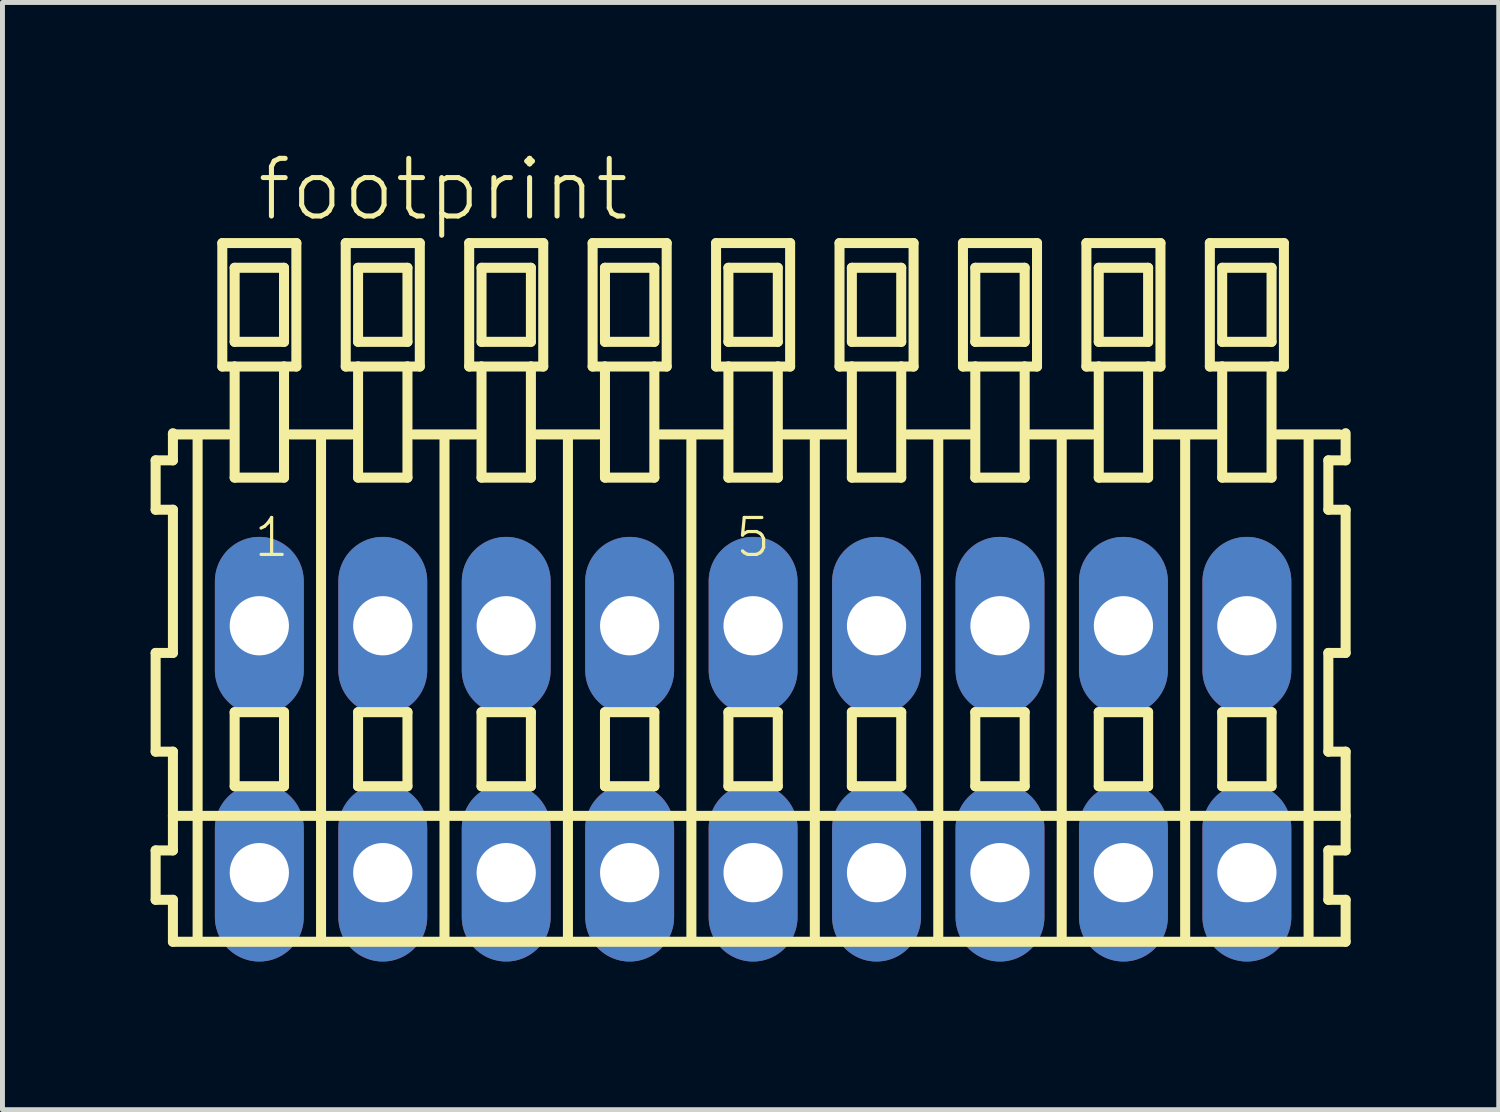
<source format=kicad_pcb>
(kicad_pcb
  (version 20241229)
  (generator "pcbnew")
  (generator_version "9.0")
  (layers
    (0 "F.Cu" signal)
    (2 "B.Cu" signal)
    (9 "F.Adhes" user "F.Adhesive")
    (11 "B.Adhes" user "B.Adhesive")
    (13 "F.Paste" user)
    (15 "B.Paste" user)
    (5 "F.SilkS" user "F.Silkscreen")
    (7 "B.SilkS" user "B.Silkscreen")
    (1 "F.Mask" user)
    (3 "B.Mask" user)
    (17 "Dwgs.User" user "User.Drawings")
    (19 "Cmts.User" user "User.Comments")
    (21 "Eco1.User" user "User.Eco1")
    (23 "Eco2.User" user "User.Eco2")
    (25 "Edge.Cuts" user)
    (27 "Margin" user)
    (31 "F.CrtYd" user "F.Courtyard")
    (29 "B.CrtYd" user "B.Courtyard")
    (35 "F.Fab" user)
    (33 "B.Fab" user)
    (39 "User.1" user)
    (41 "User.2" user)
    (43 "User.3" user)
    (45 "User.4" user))
  (footprint "footprint"
    (layer "F.Cu")
    (at 12.202 12.123)
    (property "Reference" "footprint" (at -10.1 -10.65 0) (layer "F.SilkS") (effects (font (size 1.168 1.168) (thickness 0.102)) (justify left bottom)))
    (fp_line (start -12.1 -5.85) (end -12.1 -4.85) (stroke (width 0.203) (type solid)) (layer "F.SilkS"))
    (fp_line (start -12.1 -4.85) (end -11.75 -4.85) (stroke (width 0.203) (type solid)) (layer "F.SilkS"))
    (fp_line (start -12.1 -1.95) (end -12.1 0.05) (stroke (width 0.203) (type solid)) (layer "F.SilkS"))
    (fp_line (start -12.1 0.05) (end -11.75 0.05) (stroke (width 0.203) (type solid)) (layer "F.SilkS"))
    (fp_line (start -12.1 2.05) (end -12.1 3.05) (stroke (width 0.203) (type solid)) (layer "F.SilkS"))
    (fp_line (start -12.1 3.05) (end -11.75 3.05) (stroke (width 0.203) (type solid)) (layer "F.SilkS"))
    (fp_line (start -11.75 -6.4) (end -11.75 -6.375) (stroke (width 0.203) (type solid)) (layer "F.SilkS"))
    (fp_line (start -11.75 -6.375) (end -11.75 -5.85) (stroke (width 0.203) (type solid)) (layer "F.SilkS"))
    (fp_line (start -11.75 -6.375) (end -10.625 -6.375) (stroke (width 0.203) (type solid)) (layer "F.SilkS"))
    (fp_line (start -11.75 -5.85) (end -12.1 -5.85) (stroke (width 0.203) (type solid)) (layer "F.SilkS"))
    (fp_line (start -11.75 -4.85) (end -11.75 -1.95) (stroke (width 0.203) (type solid)) (layer "F.SilkS"))
    (fp_line (start -11.75 -1.95) (end -12.1 -1.95) (stroke (width 0.203) (type solid)) (layer "F.SilkS"))
    (fp_line (start -11.75 0.05) (end -11.75 1.35) (stroke (width 0.203) (type solid)) (layer "F.SilkS"))
    (fp_line (start -11.75 1.35) (end -11.75 2.05) (stroke (width 0.203) (type solid)) (layer "F.SilkS"))
    (fp_line (start -11.75 1.35) (end 12 1.35) (stroke (width 0.203) (type solid)) (layer "F.SilkS"))
    (fp_line (start -11.75 2.05) (end -12.1 2.05) (stroke (width 0.203) (type solid)) (layer "F.SilkS"))
    (fp_line (start -11.75 3.05) (end -11.75 3.9) (stroke (width 0.203) (type solid)) (layer "F.SilkS"))
    (fp_line (start -11.75 3.9) (end 12 3.9) (stroke (width 0.203) (type solid)) (layer "F.SilkS"))
    (fp_line (start -11.25 -6.35) (end -11.25 3.8) (stroke (width 0.203) (type solid)) (layer "F.SilkS"))
    (fp_line (start -10.75 -10.25) (end -10.75 -7.75) (stroke (width 0.203) (type solid)) (layer "F.SilkS"))
    (fp_line (start -10.75 -7.75) (end -10.5 -7.75) (stroke (width 0.203) (type solid)) (layer "F.SilkS"))
    (fp_line (start -10.5 -9.75) (end -10.5 -8.25) (stroke (width 0.203) (type solid)) (layer "F.SilkS"))
    (fp_line (start -10.5 -8.25) (end -9.5 -8.25) (stroke (width 0.203) (type solid)) (layer "F.SilkS"))
    (fp_line (start -10.5 -7.75) (end -10.5 -5.5) (stroke (width 0.203) (type solid)) (layer "F.SilkS"))
    (fp_line (start -10.5 -7.75) (end -9.5 -7.75) (stroke (width 0.203) (type solid)) (layer "F.SilkS"))
    (fp_line (start -10.5 -5.5) (end -9.5 -5.5) (stroke (width 0.203) (type solid)) (layer "F.SilkS"))
    (fp_line (start -10.5 -0.75) (end -10.5 0.75) (stroke (width 0.203) (type solid)) (layer "F.SilkS"))
    (fp_line (start -10.5 0.75) (end -9.5 0.75) (stroke (width 0.203) (type solid)) (layer "F.SilkS"))
    (fp_line (start -9.5 -9.75) (end -10.5 -9.75) (stroke (width 0.203) (type solid)) (layer "F.SilkS"))
    (fp_line (start -9.5 -8.25) (end -9.5 -9.75) (stroke (width 0.203) (type solid)) (layer "F.SilkS"))
    (fp_line (start -9.5 -7.75) (end -9.25 -7.75) (stroke (width 0.203) (type solid)) (layer "F.SilkS"))
    (fp_line (start -9.5 -5.5) (end -9.5 -7.75) (stroke (width 0.203) (type solid)) (layer "F.SilkS"))
    (fp_line (start -9.5 -0.75) (end -10.5 -0.75) (stroke (width 0.203) (type solid)) (layer "F.SilkS"))
    (fp_line (start -9.5 0.75) (end -9.5 -0.75) (stroke (width 0.203) (type solid)) (layer "F.SilkS"))
    (fp_line (start -9.375 -6.375) (end -8.125 -6.375) (stroke (width 0.203) (type solid)) (layer "F.SilkS"))
    (fp_line (start -9.25 -10.25) (end -10.75 -10.25) (stroke (width 0.203) (type solid)) (layer "F.SilkS"))
    (fp_line (start -9.25 -7.75) (end -9.25 -10.25) (stroke (width 0.203) (type solid)) (layer "F.SilkS"))
    (fp_line (start -8.75 -6.35) (end -8.75 3.8) (stroke (width 0.203) (type solid)) (layer "F.SilkS"))
    (fp_line (start -8.25 -10.25) (end -8.25 -7.75) (stroke (width 0.203) (type solid)) (layer "F.SilkS"))
    (fp_line (start -8.25 -7.75) (end -8 -7.75) (stroke (width 0.203) (type solid)) (layer "F.SilkS"))
    (fp_line (start -8 -9.75) (end -8 -8.25) (stroke (width 0.203) (type solid)) (layer "F.SilkS"))
    (fp_line (start -8 -8.25) (end -7 -8.25) (stroke (width 0.203) (type solid)) (layer "F.SilkS"))
    (fp_line (start -8 -7.75) (end -8 -5.5) (stroke (width 0.203) (type solid)) (layer "F.SilkS"))
    (fp_line (start -8 -7.75) (end -7 -7.75) (stroke (width 0.203) (type solid)) (layer "F.SilkS"))
    (fp_line (start -8 -5.5) (end -7 -5.5) (stroke (width 0.203) (type solid)) (layer "F.SilkS"))
    (fp_line (start -8 -0.75) (end -8 0.75) (stroke (width 0.203) (type solid)) (layer "F.SilkS"))
    (fp_line (start -8 0.75) (end -7 0.75) (stroke (width 0.203) (type solid)) (layer "F.SilkS"))
    (fp_line (start -7 -9.75) (end -8 -9.75) (stroke (width 0.203) (type solid)) (layer "F.SilkS"))
    (fp_line (start -7 -8.25) (end -7 -9.75) (stroke (width 0.203) (type solid)) (layer "F.SilkS"))
    (fp_line (start -7 -7.75) (end -6.75 -7.75) (stroke (width 0.203) (type solid)) (layer "F.SilkS"))
    (fp_line (start -7 -5.5) (end -7 -7.75) (stroke (width 0.203) (type solid)) (layer "F.SilkS"))
    (fp_line (start -7 -0.75) (end -8 -0.75) (stroke (width 0.203) (type solid)) (layer "F.SilkS"))
    (fp_line (start -7 0.75) (end -7 -0.75) (stroke (width 0.203) (type solid)) (layer "F.SilkS"))
    (fp_line (start -6.875 -6.375) (end -5.625 -6.375) (stroke (width 0.203) (type solid)) (layer "F.SilkS"))
    (fp_line (start -6.75 -10.25) (end -8.25 -10.25) (stroke (width 0.203) (type solid)) (layer "F.SilkS"))
    (fp_line (start -6.75 -7.75) (end -6.75 -10.25) (stroke (width 0.203) (type solid)) (layer "F.SilkS"))
    (fp_line (start -6.25 -6.35) (end -6.25 3.8) (stroke (width 0.203) (type solid)) (layer "F.SilkS"))
    (fp_line (start -5.75 -10.25) (end -5.75 -7.75) (stroke (width 0.203) (type solid)) (layer "F.SilkS"))
    (fp_line (start -5.75 -7.75) (end -5.5 -7.75) (stroke (width 0.203) (type solid)) (layer "F.SilkS"))
    (fp_line (start -5.5 -9.75) (end -5.5 -8.25) (stroke (width 0.203) (type solid)) (layer "F.SilkS"))
    (fp_line (start -5.5 -8.25) (end -4.5 -8.25) (stroke (width 0.203) (type solid)) (layer "F.SilkS"))
    (fp_line (start -5.5 -7.75) (end -5.5 -5.5) (stroke (width 0.203) (type solid)) (layer "F.SilkS"))
    (fp_line (start -5.5 -7.75) (end -4.5 -7.75) (stroke (width 0.203) (type solid)) (layer "F.SilkS"))
    (fp_line (start -5.5 -5.5) (end -4.5 -5.5) (stroke (width 0.203) (type solid)) (layer "F.SilkS"))
    (fp_line (start -5.5 -0.75) (end -5.5 0.75) (stroke (width 0.203) (type solid)) (layer "F.SilkS"))
    (fp_line (start -5.5 0.75) (end -4.5 0.75) (stroke (width 0.203) (type solid)) (layer "F.SilkS"))
    (fp_line (start -4.5 -9.75) (end -5.5 -9.75) (stroke (width 0.203) (type solid)) (layer "F.SilkS"))
    (fp_line (start -4.5 -8.25) (end -4.5 -9.75) (stroke (width 0.203) (type solid)) (layer "F.SilkS"))
    (fp_line (start -4.5 -7.75) (end -4.25 -7.75) (stroke (width 0.203) (type solid)) (layer "F.SilkS"))
    (fp_line (start -4.5 -5.5) (end -4.5 -7.75) (stroke (width 0.203) (type solid)) (layer "F.SilkS"))
    (fp_line (start -4.5 -0.75) (end -5.5 -0.75) (stroke (width 0.203) (type solid)) (layer "F.SilkS"))
    (fp_line (start -4.5 0.75) (end -4.5 -0.75) (stroke (width 0.203) (type solid)) (layer "F.SilkS"))
    (fp_line (start -4.375 -6.375) (end -3.125 -6.375) (stroke (width 0.203) (type solid)) (layer "F.SilkS"))
    (fp_line (start -4.25 -10.25) (end -5.75 -10.25) (stroke (width 0.203) (type solid)) (layer "F.SilkS"))
    (fp_line (start -4.25 -7.75) (end -4.25 -10.25) (stroke (width 0.203) (type solid)) (layer "F.SilkS"))
    (fp_line (start -3.75 -6.35) (end -3.75 3.8) (stroke (width 0.203) (type solid)) (layer "F.SilkS"))
    (fp_line (start -3.25 -10.25) (end -3.25 -7.75) (stroke (width 0.203) (type solid)) (layer "F.SilkS"))
    (fp_line (start -3.25 -7.75) (end -3 -7.75) (stroke (width 0.203) (type solid)) (layer "F.SilkS"))
    (fp_line (start -3 -9.75) (end -3 -8.25) (stroke (width 0.203) (type solid)) (layer "F.SilkS"))
    (fp_line (start -3 -8.25) (end -2 -8.25) (stroke (width 0.203) (type solid)) (layer "F.SilkS"))
    (fp_line (start -3 -7.75) (end -3 -5.5) (stroke (width 0.203) (type solid)) (layer "F.SilkS"))
    (fp_line (start -3 -7.75) (end -2 -7.75) (stroke (width 0.203) (type solid)) (layer "F.SilkS"))
    (fp_line (start -3 -5.5) (end -2 -5.5) (stroke (width 0.203) (type solid)) (layer "F.SilkS"))
    (fp_line (start -3 -0.75) (end -3 0.75) (stroke (width 0.203) (type solid)) (layer "F.SilkS"))
    (fp_line (start -3 0.75) (end -2 0.75) (stroke (width 0.203) (type solid)) (layer "F.SilkS"))
    (fp_line (start -2 -9.75) (end -3 -9.75) (stroke (width 0.203) (type solid)) (layer "F.SilkS"))
    (fp_line (start -2 -8.25) (end -2 -9.75) (stroke (width 0.203) (type solid)) (layer "F.SilkS"))
    (fp_line (start -2 -7.75) (end -1.75 -7.75) (stroke (width 0.203) (type solid)) (layer "F.SilkS"))
    (fp_line (start -2 -5.5) (end -2 -7.75) (stroke (width 0.203) (type solid)) (layer "F.SilkS"))
    (fp_line (start -2 -0.75) (end -3 -0.75) (stroke (width 0.203) (type solid)) (layer "F.SilkS"))
    (fp_line (start -2 0.75) (end -2 -0.75) (stroke (width 0.203) (type solid)) (layer "F.SilkS"))
    (fp_line (start -1.875 -6.375) (end -0.625 -6.375) (stroke (width 0.203) (type solid)) (layer "F.SilkS"))
    (fp_line (start -1.75 -10.25) (end -3.25 -10.25) (stroke (width 0.203) (type solid)) (layer "F.SilkS"))
    (fp_line (start -1.75 -7.75) (end -1.75 -10.25) (stroke (width 0.203) (type solid)) (layer "F.SilkS"))
    (fp_line (start -1.25 -6.35) (end -1.25 3.8) (stroke (width 0.203) (type solid)) (layer "F.SilkS"))
    (fp_line (start -0.75 -10.25) (end -0.75 -7.75) (stroke (width 0.203) (type solid)) (layer "F.SilkS"))
    (fp_line (start -0.75 -7.75) (end -0.5 -7.75) (stroke (width 0.203) (type solid)) (layer "F.SilkS"))
    (fp_line (start -0.5 -9.75) (end -0.5 -8.25) (stroke (width 0.203) (type solid)) (layer "F.SilkS"))
    (fp_line (start -0.5 -8.25) (end 0.5 -8.25) (stroke (width 0.203) (type solid)) (layer "F.SilkS"))
    (fp_line (start -0.5 -7.75) (end -0.5 -5.5) (stroke (width 0.203) (type solid)) (layer "F.SilkS"))
    (fp_line (start -0.5 -7.75) (end 0.5 -7.75) (stroke (width 0.203) (type solid)) (layer "F.SilkS"))
    (fp_line (start -0.5 -5.5) (end 0.5 -5.5) (stroke (width 0.203) (type solid)) (layer "F.SilkS"))
    (fp_line (start -0.5 -0.75) (end -0.5 0.75) (stroke (width 0.203) (type solid)) (layer "F.SilkS"))
    (fp_line (start -0.5 0.75) (end 0.5 0.75) (stroke (width 0.203) (type solid)) (layer "F.SilkS"))
    (fp_line (start 0.5 -9.75) (end -0.5 -9.75) (stroke (width 0.203) (type solid)) (layer "F.SilkS"))
    (fp_line (start 0.5 -8.25) (end 0.5 -9.75) (stroke (width 0.203) (type solid)) (layer "F.SilkS"))
    (fp_line (start 0.5 -7.75) (end 0.75 -7.75) (stroke (width 0.203) (type solid)) (layer "F.SilkS"))
    (fp_line (start 0.5 -5.5) (end 0.5 -7.75) (stroke (width 0.203) (type solid)) (layer "F.SilkS"))
    (fp_line (start 0.5 -0.75) (end -0.5 -0.75) (stroke (width 0.203) (type solid)) (layer "F.SilkS"))
    (fp_line (start 0.5 0.75) (end 0.5 -0.75) (stroke (width 0.203) (type solid)) (layer "F.SilkS"))
    (fp_line (start 0.625 -6.375) (end 1.875 -6.375) (stroke (width 0.203) (type solid)) (layer "F.SilkS"))
    (fp_line (start 0.75 -10.25) (end -0.75 -10.25) (stroke (width 0.203) (type solid)) (layer "F.SilkS"))
    (fp_line (start 0.75 -7.75) (end 0.75 -10.25) (stroke (width 0.203) (type solid)) (layer "F.SilkS"))
    (fp_line (start 1.25 -6.35) (end 1.25 3.8) (stroke (width 0.203) (type solid)) (layer "F.SilkS"))
    (fp_line (start 1.75 -10.25) (end 1.75 -7.75) (stroke (width 0.203) (type solid)) (layer "F.SilkS"))
    (fp_line (start 1.75 -7.75) (end 2 -7.75) (stroke (width 0.203) (type solid)) (layer "F.SilkS"))
    (fp_line (start 2 -9.75) (end 2 -8.25) (stroke (width 0.203) (type solid)) (layer "F.SilkS"))
    (fp_line (start 2 -8.25) (end 3 -8.25) (stroke (width 0.203) (type solid)) (layer "F.SilkS"))
    (fp_line (start 2 -7.75) (end 2 -5.5) (stroke (width 0.203) (type solid)) (layer "F.SilkS"))
    (fp_line (start 2 -7.75) (end 3 -7.75) (stroke (width 0.203) (type solid)) (layer "F.SilkS"))
    (fp_line (start 2 -5.5) (end 3 -5.5) (stroke (width 0.203) (type solid)) (layer "F.SilkS"))
    (fp_line (start 2 -0.75) (end 2 0.75) (stroke (width 0.203) (type solid)) (layer "F.SilkS"))
    (fp_line (start 2 0.75) (end 3 0.75) (stroke (width 0.203) (type solid)) (layer "F.SilkS"))
    (fp_line (start 3 -9.75) (end 2 -9.75) (stroke (width 0.203) (type solid)) (layer "F.SilkS"))
    (fp_line (start 3 -8.25) (end 3 -9.75) (stroke (width 0.203) (type solid)) (layer "F.SilkS"))
    (fp_line (start 3 -7.75) (end 3.25 -7.75) (stroke (width 0.203) (type solid)) (layer "F.SilkS"))
    (fp_line (start 3 -5.5) (end 3 -7.75) (stroke (width 0.203) (type solid)) (layer "F.SilkS"))
    (fp_line (start 3 -0.75) (end 2 -0.75) (stroke (width 0.203) (type solid)) (layer "F.SilkS"))
    (fp_line (start 3 0.75) (end 3 -0.75) (stroke (width 0.203) (type solid)) (layer "F.SilkS"))
    (fp_line (start 3.125 -6.375) (end 4.375 -6.375) (stroke (width 0.203) (type solid)) (layer "F.SilkS"))
    (fp_line (start 3.25 -10.25) (end 1.75 -10.25) (stroke (width 0.203) (type solid)) (layer "F.SilkS"))
    (fp_line (start 3.25 -7.75) (end 3.25 -10.25) (stroke (width 0.203) (type solid)) (layer "F.SilkS"))
    (fp_line (start 3.75 -6.35) (end 3.75 3.8) (stroke (width 0.203) (type solid)) (layer "F.SilkS"))
    (fp_line (start 4.25 -10.25) (end 4.25 -7.75) (stroke (width 0.203) (type solid)) (layer "F.SilkS"))
    (fp_line (start 4.25 -7.75) (end 4.5 -7.75) (stroke (width 0.203) (type solid)) (layer "F.SilkS"))
    (fp_line (start 4.5 -9.75) (end 4.5 -8.25) (stroke (width 0.203) (type solid)) (layer "F.SilkS"))
    (fp_line (start 4.5 -8.25) (end 5.5 -8.25) (stroke (width 0.203) (type solid)) (layer "F.SilkS"))
    (fp_line (start 4.5 -7.75) (end 4.5 -5.5) (stroke (width 0.203) (type solid)) (layer "F.SilkS"))
    (fp_line (start 4.5 -7.75) (end 5.5 -7.75) (stroke (width 0.203) (type solid)) (layer "F.SilkS"))
    (fp_line (start 4.5 -5.5) (end 5.5 -5.5) (stroke (width 0.203) (type solid)) (layer "F.SilkS"))
    (fp_line (start 4.5 -0.75) (end 4.5 0.75) (stroke (width 0.203) (type solid)) (layer "F.SilkS"))
    (fp_line (start 4.5 0.75) (end 5.5 0.75) (stroke (width 0.203) (type solid)) (layer "F.SilkS"))
    (fp_line (start 5.5 -9.75) (end 4.5 -9.75) (stroke (width 0.203) (type solid)) (layer "F.SilkS"))
    (fp_line (start 5.5 -8.25) (end 5.5 -9.75) (stroke (width 0.203) (type solid)) (layer "F.SilkS"))
    (fp_line (start 5.5 -7.75) (end 5.75 -7.75) (stroke (width 0.203) (type solid)) (layer "F.SilkS"))
    (fp_line (start 5.5 -5.5) (end 5.5 -7.75) (stroke (width 0.203) (type solid)) (layer "F.SilkS"))
    (fp_line (start 5.5 -0.75) (end 4.5 -0.75) (stroke (width 0.203) (type solid)) (layer "F.SilkS"))
    (fp_line (start 5.5 0.75) (end 5.5 -0.75) (stroke (width 0.203) (type solid)) (layer "F.SilkS"))
    (fp_line (start 5.625 -6.375) (end 6.875 -6.375) (stroke (width 0.203) (type solid)) (layer "F.SilkS"))
    (fp_line (start 5.75 -10.25) (end 4.25 -10.25) (stroke (width 0.203) (type solid)) (layer "F.SilkS"))
    (fp_line (start 5.75 -7.75) (end 5.75 -10.25) (stroke (width 0.203) (type solid)) (layer "F.SilkS"))
    (fp_line (start 6.25 -6.35) (end 6.25 3.8) (stroke (width 0.203) (type solid)) (layer "F.SilkS"))
    (fp_line (start 6.75 -10.25) (end 6.75 -7.75) (stroke (width 0.203) (type solid)) (layer "F.SilkS"))
    (fp_line (start 6.75 -7.75) (end 7 -7.75) (stroke (width 0.203) (type solid)) (layer "F.SilkS"))
    (fp_line (start 7 -9.75) (end 7 -8.25) (stroke (width 0.203) (type solid)) (layer "F.SilkS"))
    (fp_line (start 7 -8.25) (end 8 -8.25) (stroke (width 0.203) (type solid)) (layer "F.SilkS"))
    (fp_line (start 7 -7.75) (end 7 -5.5) (stroke (width 0.203) (type solid)) (layer "F.SilkS"))
    (fp_line (start 7 -7.75) (end 8 -7.75) (stroke (width 0.203) (type solid)) (layer "F.SilkS"))
    (fp_line (start 7 -5.5) (end 8 -5.5) (stroke (width 0.203) (type solid)) (layer "F.SilkS"))
    (fp_line (start 7 -0.75) (end 7 0.75) (stroke (width 0.203) (type solid)) (layer "F.SilkS"))
    (fp_line (start 7 0.75) (end 8 0.75) (stroke (width 0.203) (type solid)) (layer "F.SilkS"))
    (fp_line (start 8 -9.75) (end 7 -9.75) (stroke (width 0.203) (type solid)) (layer "F.SilkS"))
    (fp_line (start 8 -8.25) (end 8 -9.75) (stroke (width 0.203) (type solid)) (layer "F.SilkS"))
    (fp_line (start 8 -7.75) (end 8.25 -7.75) (stroke (width 0.203) (type solid)) (layer "F.SilkS"))
    (fp_line (start 8 -5.5) (end 8 -7.75) (stroke (width 0.203) (type solid)) (layer "F.SilkS"))
    (fp_line (start 8 -0.75) (end 7 -0.75) (stroke (width 0.203) (type solid)) (layer "F.SilkS"))
    (fp_line (start 8 0.75) (end 8 -0.75) (stroke (width 0.203) (type solid)) (layer "F.SilkS"))
    (fp_line (start 8.125 -6.375) (end 9.375 -6.375) (stroke (width 0.203) (type solid)) (layer "F.SilkS"))
    (fp_line (start 8.25 -10.25) (end 6.75 -10.25) (stroke (width 0.203) (type solid)) (layer "F.SilkS"))
    (fp_line (start 8.25 -7.75) (end 8.25 -10.25) (stroke (width 0.203) (type solid)) (layer "F.SilkS"))
    (fp_line (start 8.75 -6.35) (end 8.75 3.8) (stroke (width 0.203) (type solid)) (layer "F.SilkS"))
    (fp_line (start 9.25 -10.25) (end 9.25 -7.75) (stroke (width 0.203) (type solid)) (layer "F.SilkS"))
    (fp_line (start 9.25 -7.75) (end 9.5 -7.75) (stroke (width 0.203) (type solid)) (layer "F.SilkS"))
    (fp_line (start 9.5 -9.75) (end 9.5 -8.25) (stroke (width 0.203) (type solid)) (layer "F.SilkS"))
    (fp_line (start 9.5 -8.25) (end 10.5 -8.25) (stroke (width 0.203) (type solid)) (layer "F.SilkS"))
    (fp_line (start 9.5 -7.75) (end 9.5 -5.5) (stroke (width 0.203) (type solid)) (layer "F.SilkS"))
    (fp_line (start 9.5 -7.75) (end 10.5 -7.75) (stroke (width 0.203) (type solid)) (layer "F.SilkS"))
    (fp_line (start 9.5 -5.5) (end 10.5 -5.5) (stroke (width 0.203) (type solid)) (layer "F.SilkS"))
    (fp_line (start 9.5 -0.75) (end 9.5 0.75) (stroke (width 0.203) (type solid)) (layer "F.SilkS"))
    (fp_line (start 9.5 0.75) (end 10.5 0.75) (stroke (width 0.203) (type solid)) (layer "F.SilkS"))
    (fp_line (start 10.5 -9.75) (end 9.5 -9.75) (stroke (width 0.203) (type solid)) (layer "F.SilkS"))
    (fp_line (start 10.5 -8.25) (end 10.5 -9.75) (stroke (width 0.203) (type solid)) (layer "F.SilkS"))
    (fp_line (start 10.5 -7.75) (end 10.75 -7.75) (stroke (width 0.203) (type solid)) (layer "F.SilkS"))
    (fp_line (start 10.5 -5.5) (end 10.5 -7.75) (stroke (width 0.203) (type solid)) (layer "F.SilkS"))
    (fp_line (start 10.5 -0.75) (end 9.5 -0.75) (stroke (width 0.203) (type solid)) (layer "F.SilkS"))
    (fp_line (start 10.5 0.75) (end 10.5 -0.75) (stroke (width 0.203) (type solid)) (layer "F.SilkS"))
    (fp_line (start 10.625 -6.375) (end 11.875 -6.375) (stroke (width 0.203) (type solid)) (layer "F.SilkS"))
    (fp_line (start 10.75 -10.25) (end 9.25 -10.25) (stroke (width 0.203) (type solid)) (layer "F.SilkS"))
    (fp_line (start 10.75 -7.75) (end 10.75 -10.25) (stroke (width 0.203) (type solid)) (layer "F.SilkS"))
    (fp_line (start 11.25 -6.35) (end 11.25 3.8) (stroke (width 0.203) (type solid)) (layer "F.SilkS"))
    (fp_line (start 11.65 -5.85) (end 11.65 -4.85) (stroke (width 0.203) (type solid)) (layer "F.SilkS"))
    (fp_line (start 11.65 -4.85) (end 12 -4.85) (stroke (width 0.203) (type solid)) (layer "F.SilkS"))
    (fp_line (start 11.65 -1.95) (end 11.65 0.05) (stroke (width 0.203) (type solid)) (layer "F.SilkS"))
    (fp_line (start 11.65 0.05) (end 12 0.05) (stroke (width 0.203) (type solid)) (layer "F.SilkS"))
    (fp_line (start 11.65 2.05) (end 11.65 3.05) (stroke (width 0.203) (type solid)) (layer "F.SilkS"))
    (fp_line (start 11.65 3.05) (end 12 3.05) (stroke (width 0.203) (type solid)) (layer "F.SilkS"))
    (fp_line (start 12 -5.85) (end 11.65 -5.85) (stroke (width 0.203) (type solid)) (layer "F.SilkS"))
    (fp_line (start 12 -5.85) (end 12 -6.4) (stroke (width 0.203) (type solid)) (layer "F.SilkS"))
    (fp_line (start 12 -1.95) (end 11.65 -1.95) (stroke (width 0.203) (type solid)) (layer "F.SilkS"))
    (fp_line (start 12 -1.95) (end 12 -4.85) (stroke (width 0.203) (type solid)) (layer "F.SilkS"))
    (fp_line (start 12 1.35) (end 12 0.05) (stroke (width 0.203) (type solid)) (layer "F.SilkS"))
    (fp_line (start 12 2.05) (end 11.65 2.05) (stroke (width 0.203) (type solid)) (layer "F.SilkS"))
    (fp_line (start 12 2.05) (end 12 1.35) (stroke (width 0.203) (type solid)) (layer "F.SilkS"))
    (fp_line (start 12 3.9) (end 12 3.05) (stroke (width 0.203) (type solid)) (layer "F.SilkS"))
    (fp_text user "5" (at -0.4 -3.85 0) (layer "F.SilkS") (effects (font (size 0.748 0.748) (thickness 0.065)) (justify left bottom)))
    (fp_text user "1" (at -10.15 -3.85 0) (layer "F.SilkS") (effects (font (size 0.748 0.748) (thickness 0.065)) (justify left bottom)))
    (pad "A1" thru_hole oval (at -10 -2.5 90) (size 3.6 1.8) (drill 1.2) (layers "*.Cu" "*.Mask"))
    (pad "A2" thru_hole oval (at -7.5 -2.5 90) (size 3.6 1.8) (drill 1.2) (layers "*.Cu" "*.Mask"))
    (pad "A3" thru_hole oval (at -5 -2.5 90) (size 3.6 1.8) (drill 1.2) (layers "*.Cu" "*.Mask"))
    (pad "A4" thru_hole oval (at -2.5 -2.5 90) (size 3.6 1.8) (drill 1.2) (layers "*.Cu" "*.Mask"))
    (pad "A5" thru_hole oval (at 0 -2.5 90) (size 3.6 1.8) (drill 1.2) (layers "*.Cu" "*.Mask"))
    (pad "A6" thru_hole oval (at 2.5 -2.5 90) (size 3.6 1.8) (drill 1.2) (layers "*.Cu" "*.Mask"))
    (pad "A7" thru_hole oval (at 5 -2.5 90) (size 3.6 1.8) (drill 1.2) (layers "*.Cu" "*.Mask"))
    (pad "A8" thru_hole oval (at 7.5 -2.5 90) (size 3.6 1.8) (drill 1.2) (layers "*.Cu" "*.Mask"))
    (pad "A9" thru_hole oval (at 10 -2.5 90) (size 3.6 1.8) (drill 1.2) (layers "*.Cu" "*.Mask"))
    (pad "B1" thru_hole oval (at -10 2.5 90) (size 3.6 1.8) (drill 1.2) (layers "*.Cu" "*.Mask"))
    (pad "B2" thru_hole oval (at -7.5 2.5 90) (size 3.6 1.8) (drill 1.2) (layers "*.Cu" "*.Mask"))
    (pad "B3" thru_hole oval (at -5 2.5 90) (size 3.6 1.8) (drill 1.2) (layers "*.Cu" "*.Mask"))
    (pad "B4" thru_hole oval (at -2.5 2.5 90) (size 3.6 1.8) (drill 1.2) (layers "*.Cu" "*.Mask"))
    (pad "B5" thru_hole oval (at 0 2.5 90) (size 3.6 1.8) (drill 1.2) (layers "*.Cu" "*.Mask"))
    (pad "B6" thru_hole oval (at 2.5 2.5 90) (size 3.6 1.8) (drill 1.2) (layers "*.Cu" "*.Mask"))
    (pad "B7" thru_hole oval (at 5 2.5 90) (size 3.6 1.8) (drill 1.2) (layers "*.Cu" "*.Mask"))
    (pad "B8" thru_hole oval (at 7.5 2.5 90) (size 3.6 1.8) (drill 1.2) (layers "*.Cu" "*.Mask"))
    (pad "B9" thru_hole oval (at 10 2.5 90) (size 3.6 1.8) (drill 1.2) (layers "*.Cu" "*.Mask")))
  (gr_rect
    (start -3 -3)
    (end 27.303 19.423)
    (stroke (width 0.1) (type default))
    (fill no)
    (layer "Edge.Cuts")))
</source>
